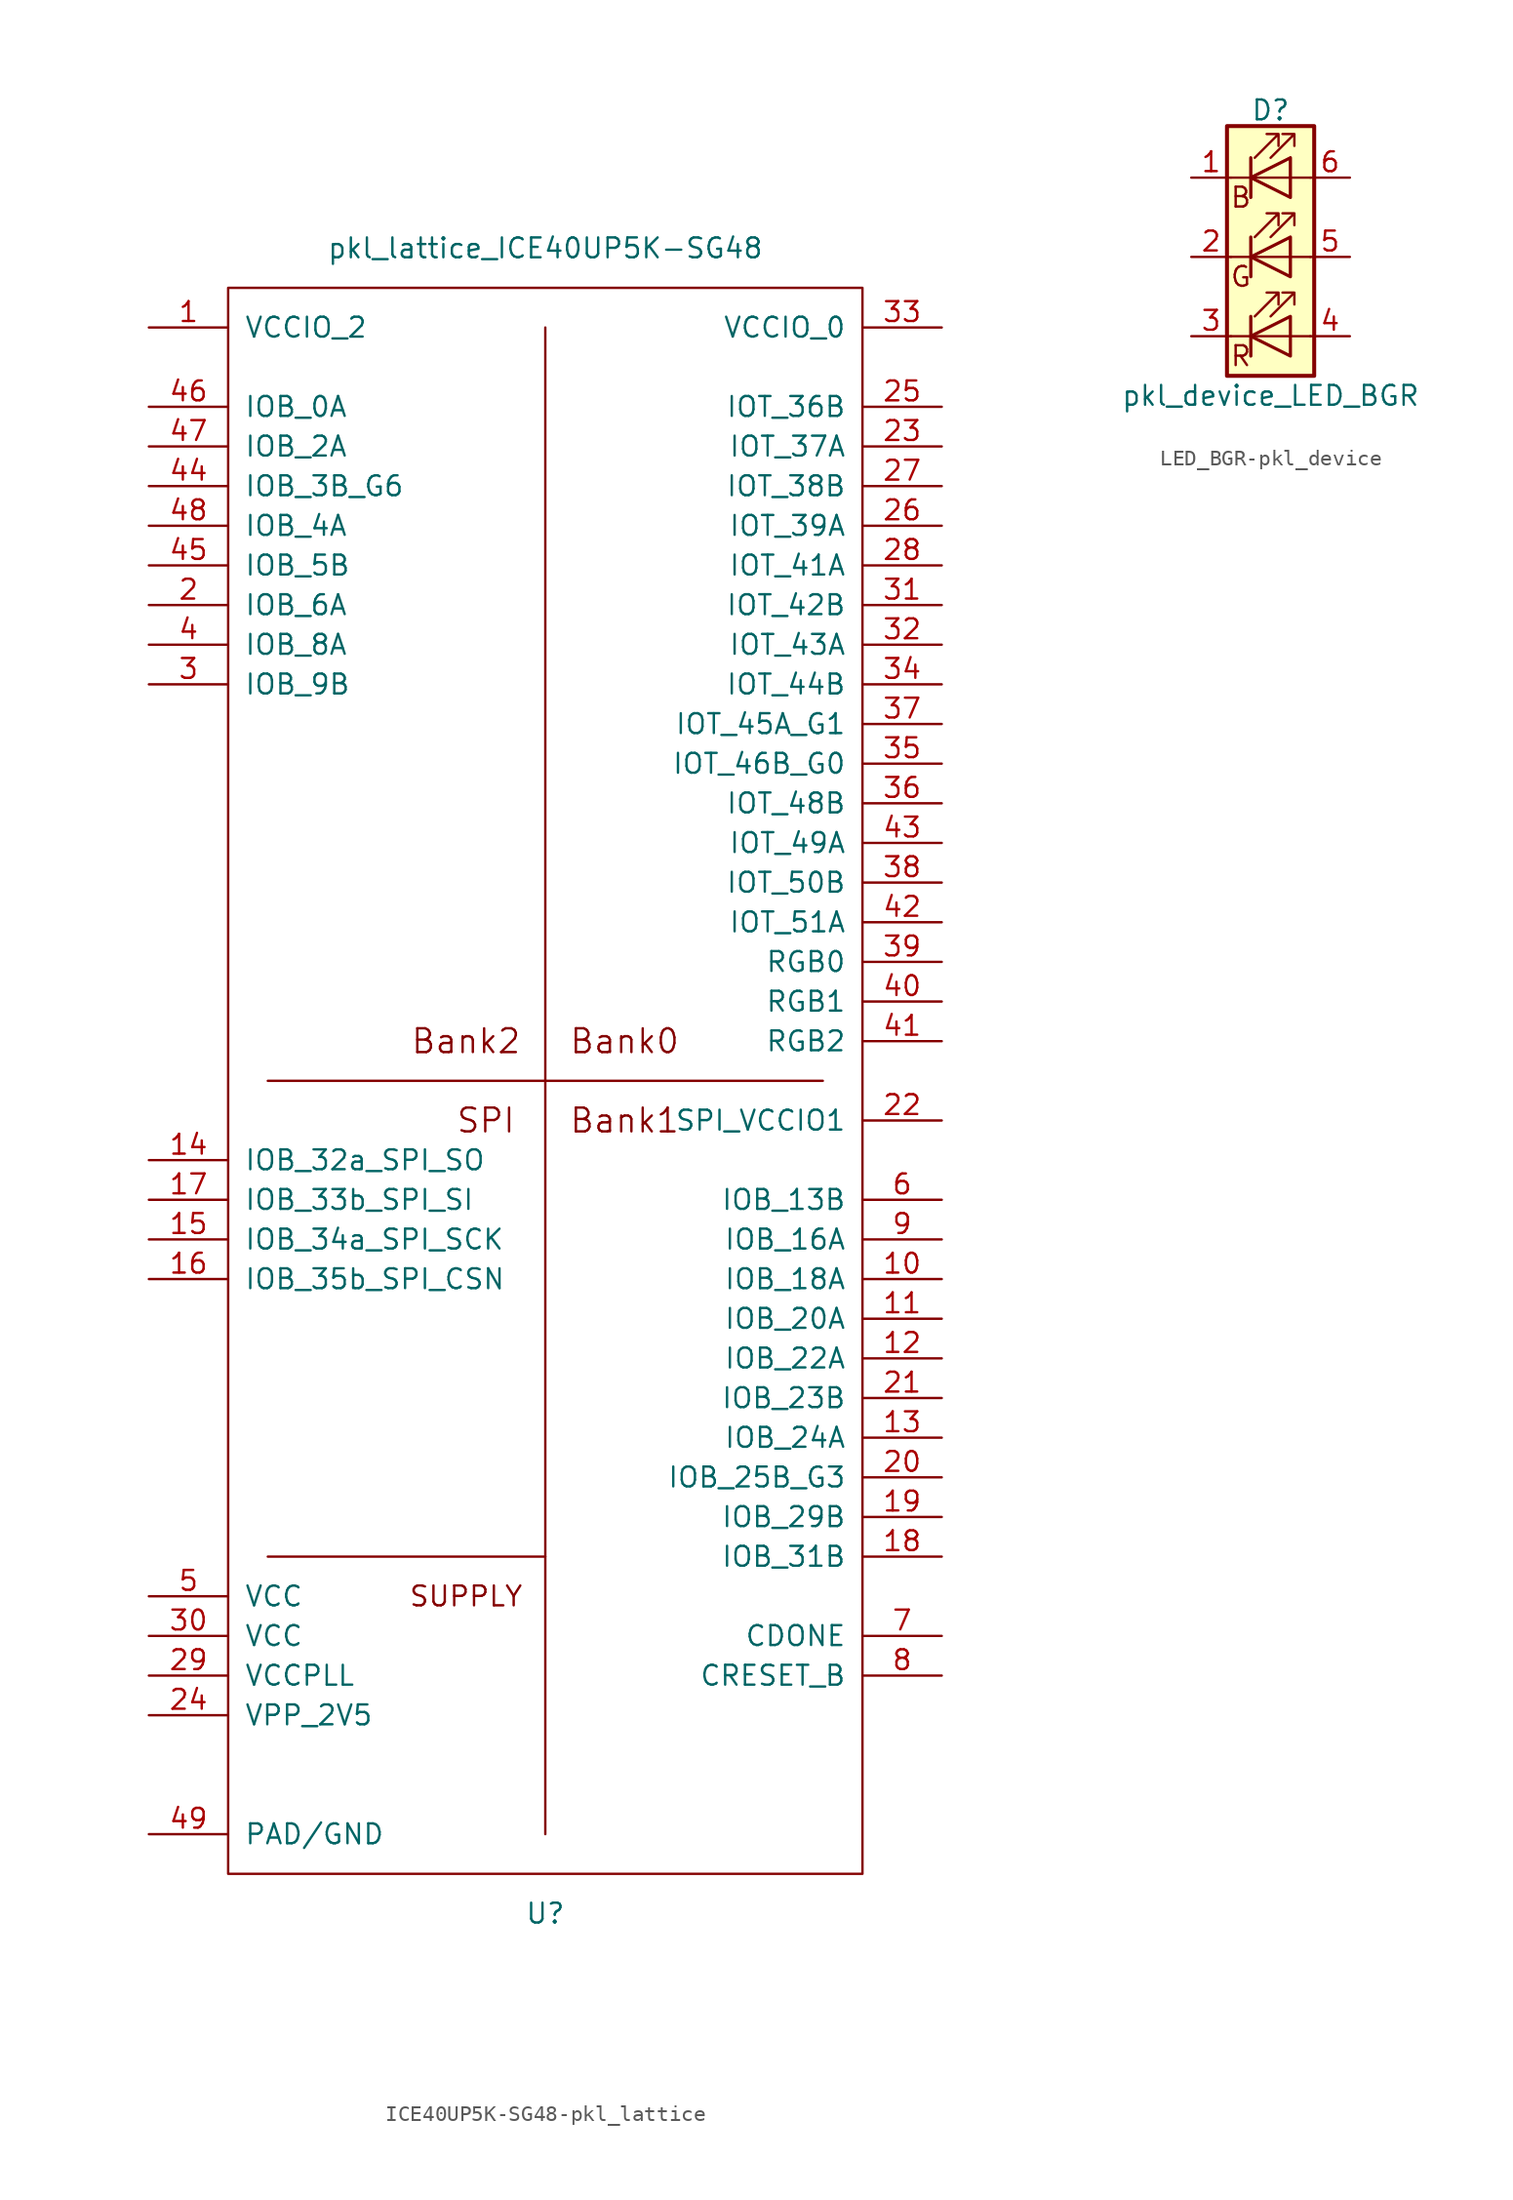
<source format=kicad_sym>
(kicad_symbol_lib
  (version 20231120)
  (generator "kicad_symbol_editor")
  (generator_version "8.0")
  (symbol "ICE40UP5K-SG48-pkl_lattice"
    (pin_names
      (offset 1.016))
    (property "Reference" "U"
      (at 0 -53.34 0)
      (effects (font (size 1.27 1.27))))
    (property "Value" "pkl_lattice_ICE40UP5K-SG48"
      (at 0 53.34 0)
      (effects (font (size 1.27 1.27))))
    (symbol "ICE40UP5K-SG48-pkl_lattice_0_0"
      (text "SUPPLY" (at -5.08 -33.02 0) (effects (font (size 1.27 1.27)))))
    (symbol "ICE40UP5K-SG48-pkl_lattice_1_0"
      (text "Bank0" (at 5.08 2.54 0) (effects (font (size 1.524 1.524))))
      (text "Bank1" (at 5.08 -2.54 0) (effects (font (size 1.524 1.524))))
      (text "Bank2" (at -5.08 2.54 0) (effects (font (size 1.524 1.524))))
      (text "SPI" (at -3.81 -2.54 0) (effects (font (size 1.524 1.524)))))
    (symbol "ICE40UP5K-SG48-pkl_lattice_1_1"
      (rectangle (start -20.32 50.8) (end 20.32 -50.8) (stroke (width 0) (type solid)) (fill (type none)))
      (polyline (pts (xy -17.78 -30.48) (xy 0 -30.48)) (stroke (width 0) (type solid)) (fill (type none)))
      (polyline (pts (xy -17.78 0) (xy 17.78 0)) (stroke (width 0) (type solid)) (fill (type none)))
      (polyline (pts (xy 0 48.26) (xy 0 -48.26)) (stroke (width 0) (type solid)) (fill (type none)))
      (pin passive line (at -25.4 48.26 0) (length 5.08) (name "VCCIO_2" (effects (font (size 1.27 1.27)))) (number "1" (effects (font (size 1.27 1.27)))))
      (pin passive line (at 25.4 -12.7 180) (length 5.08) (name "IOB_18A" (effects (font (size 1.27 1.27)))) (number "10" (effects (font (size 1.27 1.27)))))
      (pin passive line (at 25.4 -15.24 180) (length 5.08) (name "IOB_20A" (effects (font (size 1.27 1.27)))) (number "11" (effects (font (size 1.27 1.27)))))
      (pin passive line (at 25.4 -17.78 180) (length 5.08) (name "IOB_22A" (effects (font (size 1.27 1.27)))) (number "12" (effects (font (size 1.27 1.27)))))
      (pin passive line (at 25.4 -22.86 180) (length 5.08) (name "IOB_24A" (effects (font (size 1.27 1.27)))) (number "13" (effects (font (size 1.27 1.27)))))
      (pin passive line (at -25.4 -5.08 0) (length 5.08) (name "IOB_32a_SPI_SO" (effects (font (size 1.27 1.27)))) (number "14" (effects (font (size 1.27 1.27)))))
      (pin passive line (at -25.4 -10.16 0) (length 5.08) (name "IOB_34a_SPI_SCK" (effects (font (size 1.27 1.27)))) (number "15" (effects (font (size 1.27 1.27)))))
      (pin passive line (at -25.4 -12.7 0) (length 5.08) (name "IOB_35b_SPI_CSN" (effects (font (size 1.27 1.27)))) (number "16" (effects (font (size 1.27 1.27)))))
      (pin passive line (at -25.4 -7.62 0) (length 5.08) (name "IOB_33b_SPI_SI" (effects (font (size 1.27 1.27)))) (number "17" (effects (font (size 1.27 1.27)))))
      (pin passive line (at 25.4 -30.48 180) (length 5.08) (name "IOB_31B" (effects (font (size 1.27 1.27)))) (number "18" (effects (font (size 1.27 1.27)))))
      (pin passive line (at 25.4 -27.94 180) (length 5.08) (name "IOB_29B" (effects (font (size 1.27 1.27)))) (number "19" (effects (font (size 1.27 1.27)))))
      (pin passive line (at -25.4 30.48 0) (length 5.08) (name "IOB_6A" (effects (font (size 1.27 1.27)))) (number "2" (effects (font (size 1.27 1.27)))))
      (pin passive line (at 25.4 -25.4 180) (length 5.08) (name "IOB_25B_G3" (effects (font (size 1.27 1.27)))) (number "20" (effects (font (size 1.27 1.27)))))
      (pin passive line (at 25.4 -20.32 180) (length 5.08) (name "IOB_23B" (effects (font (size 1.27 1.27)))) (number "21" (effects (font (size 1.27 1.27)))))
      (pin passive line (at 25.4 -2.54 180) (length 5.08) (name "SPI_VCCIO1" (effects (font (size 1.27 1.27)))) (number "22" (effects (font (size 1.27 1.27)))))
      (pin passive line (at 25.4 40.64 180) (length 5.08) (name "IOT_37A" (effects (font (size 1.27 1.27)))) (number "23" (effects (font (size 1.27 1.27)))))
      (pin passive line (at -25.4 -40.64 0) (length 5.08) (name "VPP_2V5" (effects (font (size 1.27 1.27)))) (number "24" (effects (font (size 1.27 1.27)))))
      (pin passive line (at 25.4 43.18 180) (length 5.08) (name "IOT_36B" (effects (font (size 1.27 1.27)))) (number "25" (effects (font (size 1.27 1.27)))))
      (pin passive line (at 25.4 35.56 180) (length 5.08) (name "IOT_39A" (effects (font (size 1.27 1.27)))) (number "26" (effects (font (size 1.27 1.27)))))
      (pin passive line (at 25.4 38.1 180) (length 5.08) (name "IOT_38B" (effects (font (size 1.27 1.27)))) (number "27" (effects (font (size 1.27 1.27)))))
      (pin passive line (at 25.4 33.02 180) (length 5.08) (name "IOT_41A" (effects (font (size 1.27 1.27)))) (number "28" (effects (font (size 1.27 1.27)))))
      (pin passive line (at -25.4 -38.1 0) (length 5.08) (name "VCCPLL" (effects (font (size 1.27 1.27)))) (number "29" (effects (font (size 1.27 1.27)))))
      (pin passive line (at -25.4 25.4 0) (length 5.08) (name "IOB_9B" (effects (font (size 1.27 1.27)))) (number "3" (effects (font (size 1.27 1.27)))))
      (pin passive line (at -25.4 -35.56 0) (length 5.08) (name "VCC" (effects (font (size 1.27 1.27)))) (number "30" (effects (font (size 1.27 1.27)))))
      (pin passive line (at 25.4 30.48 180) (length 5.08) (name "IOT_42B" (effects (font (size 1.27 1.27)))) (number "31" (effects (font (size 1.27 1.27)))))
      (pin passive line (at 25.4 27.94 180) (length 5.08) (name "IOT_43A" (effects (font (size 1.27 1.27)))) (number "32" (effects (font (size 1.27 1.27)))))
      (pin passive line (at 25.4 48.26 180) (length 5.08) (name "VCCIO_0" (effects (font (size 1.27 1.27)))) (number "33" (effects (font (size 1.27 1.27)))))
      (pin passive line (at 25.4 25.4 180) (length 5.08) (name "IOT_44B" (effects (font (size 1.27 1.27)))) (number "34" (effects (font (size 1.27 1.27)))))
      (pin passive line (at 25.4 20.32 180) (length 5.08) (name "IOT_46B_G0" (effects (font (size 1.27 1.27)))) (number "35" (effects (font (size 1.27 1.27)))))
      (pin passive line (at 25.4 17.78 180) (length 5.08) (name "IOT_48B" (effects (font (size 1.27 1.27)))) (number "36" (effects (font (size 1.27 1.27)))))
      (pin passive line (at 25.4 22.86 180) (length 5.08) (name "IOT_45A_G1" (effects (font (size 1.27 1.27)))) (number "37" (effects (font (size 1.27 1.27)))))
      (pin passive line (at 25.4 12.7 180) (length 5.08) (name "IOT_50B" (effects (font (size 1.27 1.27)))) (number "38" (effects (font (size 1.27 1.27)))))
      (pin passive line (at 25.4 7.62 180) (length 5.08) (name "RGB0" (effects (font (size 1.27 1.27)))) (number "39" (effects (font (size 1.27 1.27)))))
      (pin passive line (at -25.4 27.94 0) (length 5.08) (name "IOB_8A" (effects (font (size 1.27 1.27)))) (number "4" (effects (font (size 1.27 1.27)))))
      (pin passive line (at 25.4 5.08 180) (length 5.08) (name "RGB1" (effects (font (size 1.27 1.27)))) (number "40" (effects (font (size 1.27 1.27)))))
      (pin passive line (at 25.4 2.54 180) (length 5.08) (name "RGB2" (effects (font (size 1.27 1.27)))) (number "41" (effects (font (size 1.27 1.27)))))
      (pin passive line (at 25.4 10.16 180) (length 5.08) (name "IOT_51A" (effects (font (size 1.27 1.27)))) (number "42" (effects (font (size 1.27 1.27)))))
      (pin passive line (at 25.4 15.24 180) (length 5.08) (name "IOT_49A" (effects (font (size 1.27 1.27)))) (number "43" (effects (font (size 1.27 1.27)))))
      (pin passive line (at -25.4 38.1 0) (length 5.08) (name "IOB_3B_G6" (effects (font (size 1.27 1.27)))) (number "44" (effects (font (size 1.27 1.27)))))
      (pin passive line (at -25.4 33.02 0) (length 5.08) (name "IOB_5B" (effects (font (size 1.27 1.27)))) (number "45" (effects (font (size 1.27 1.27)))))
      (pin passive line (at -25.4 43.18 0) (length 5.08) (name "IOB_0A" (effects (font (size 1.27 1.27)))) (number "46" (effects (font (size 1.27 1.27)))))
      (pin passive line (at -25.4 40.64 0) (length 5.08) (name "IOB_2A" (effects (font (size 1.27 1.27)))) (number "47" (effects (font (size 1.27 1.27)))))
      (pin passive line (at -25.4 35.56 0) (length 5.08) (name "IOB_4A" (effects (font (size 1.27 1.27)))) (number "48" (effects (font (size 1.27 1.27)))))
      (pin passive line (at -25.4 -48.26 0) (length 5.08) (name "PAD/GND" (effects (font (size 1.27 1.27)))) (number "49" (effects (font (size 1.27 1.27)))))
      (pin passive line (at -25.4 -33.02 0) (length 5.08) (name "VCC" (effects (font (size 1.27 1.27)))) (number "5" (effects (font (size 1.27 1.27)))))
      (pin passive line (at 25.4 -7.62 180) (length 5.08) (name "IOB_13B" (effects (font (size 1.27 1.27)))) (number "6" (effects (font (size 1.27 1.27)))))
      (pin passive line (at 25.4 -35.56 180) (length 5.08) (name "CDONE" (effects (font (size 1.27 1.27)))) (number "7" (effects (font (size 1.27 1.27)))))
      (pin passive line (at 25.4 -38.1 180) (length 5.08) (name "CRESET_B" (effects (font (size 1.27 1.27)))) (number "8" (effects (font (size 1.27 1.27)))))
      (pin passive line (at 25.4 -10.16 180) (length 5.08) (name "IOB_16A" (effects (font (size 1.27 1.27)))) (number "9" (effects (font (size 1.27 1.27)))))))
  (symbol "LED_BGR-pkl_device"
    (pin_names
      (offset 0) hide)
    (property "Reference" "D"
      (at 0 9.398 0)
      (effects (font (size 1.27 1.27))))
    (property "Value" "pkl_device_LED_BGR"
      (at 0 -8.89 0)
      (effects (font (size 1.27 1.27))))
    (symbol "LED_BGR-pkl_device_0_0"
      (text "B" (at -1.905 3.81 0) (effects (font (size 1.27 1.27))))
      (text "G" (at -1.905 -1.27 0) (effects (font (size 1.27 1.27))))
      (text "R" (at -1.905 -6.35 0) (effects (font (size 1.27 1.27)))))
    (symbol "LED_BGR-pkl_device_0_1"
      (polyline (pts (xy -1.27 -5.08) (xy -2.54 -5.08)) (stroke (width 0) (type solid)) (fill (type none)))
      (polyline (pts (xy -1.27 -5.08) (xy 1.27 -5.08)) (stroke (width 0) (type solid)) (fill (type none)))
      (polyline (pts (xy -1.27 -3.81) (xy -1.27 -6.35)) (stroke (width 0) (type solid)) (fill (type none)))
      (polyline (pts (xy -1.27 -3.81) (xy -1.27 -6.35)) (stroke (width 0.203) (type solid)) (fill (type none)))
      (polyline (pts (xy -1.27 0) (xy -2.54 0)) (stroke (width 0) (type solid)) (fill (type none)))
      (polyline (pts (xy -1.27 1.27) (xy -1.27 -1.27)) (stroke (width 0.203) (type solid)) (fill (type none)))
      (polyline (pts (xy -1.27 5.08) (xy -2.54 5.08)) (stroke (width 0) (type solid)) (fill (type none)))
      (polyline (pts (xy -1.27 5.08) (xy 1.27 5.08)) (stroke (width 0) (type solid)) (fill (type none)))
      (polyline (pts (xy -1.27 6.35) (xy -1.27 3.81)) (stroke (width 0.203) (type solid)) (fill (type none)))
      (polyline (pts (xy 1.27 -5.08) (xy 2.54 -5.08)) (stroke (width 0) (type solid)) (fill (type none)))
      (polyline (pts (xy 1.27 0) (xy -1.27 0)) (stroke (width 0) (type solid)) (fill (type none)))
      (polyline (pts (xy 1.27 0) (xy 2.54 0)) (stroke (width 0) (type solid)) (fill (type none)))
      (polyline (pts (xy 1.27 5.08) (xy 2.54 5.08)) (stroke (width 0) (type solid)) (fill (type none)))
      (polyline (pts (xy -1.27 1.27) (xy -1.27 -1.27) (xy -1.27 -1.27)) (stroke (width 0) (type solid)) (fill (type none)))
      (polyline (pts (xy -1.27 6.35) (xy -1.27 3.81) (xy -1.27 3.81)) (stroke (width 0) (type solid)) (fill (type none)))
      (polyline (pts (xy 1.27 -3.81) (xy 1.27 -6.35) (xy -1.27 -5.08) (xy 1.27 -3.81)) (stroke (width 0.203) (type solid)) (fill (type none)))
      (polyline (pts (xy 1.27 1.27) (xy 1.27 -1.27) (xy -1.27 0) (xy 1.27 1.27)) (stroke (width 0.203) (type solid)) (fill (type none)))
      (polyline (pts (xy 1.27 6.35) (xy 1.27 3.81) (xy -1.27 5.08) (xy 1.27 6.35)) (stroke (width 0.203) (type solid)) (fill (type none)))
      (polyline (pts (xy -1.016 -3.81) (xy 0.508 -2.286) (xy -0.254 -2.286) (xy 0.508 -2.286) (xy 0.508 -3.048)) (stroke (width 0) (type solid)) (fill (type none)))
      (polyline (pts (xy -1.016 1.27) (xy 0.508 2.794) (xy -0.254 2.794) (xy 0.508 2.794) (xy 0.508 2.032)) (stroke (width 0) (type solid)) (fill (type none)))
      (polyline (pts (xy -1.016 6.35) (xy 0.508 7.874) (xy -0.254 7.874) (xy 0.508 7.874) (xy 0.508 7.112)) (stroke (width 0) (type solid)) (fill (type none)))
      (polyline (pts (xy 0 -3.81) (xy 1.524 -2.286) (xy 0.762 -2.286) (xy 1.524 -2.286) (xy 1.524 -3.048)) (stroke (width 0) (type solid)) (fill (type none)))
      (polyline (pts (xy 0 1.27) (xy 1.524 2.794) (xy 0.762 2.794) (xy 1.524 2.794) (xy 1.524 2.032)) (stroke (width 0) (type solid)) (fill (type none)))
      (polyline (pts (xy 0 6.35) (xy 1.524 7.874) (xy 0.762 7.874) (xy 1.524 7.874) (xy 1.524 7.112)) (stroke (width 0) (type solid)) (fill (type none)))
      (rectangle (start 1.27 -1.27) (end 1.27 1.27) (stroke (width 0) (type solid)) (fill (type none)))
      (rectangle (start 1.27 1.27) (end 1.27 1.27) (stroke (width 0) (type solid)) (fill (type none)))
      (rectangle (start 1.27 3.81) (end 1.27 6.35) (stroke (width 0) (type solid)) (fill (type none)))
      (rectangle (start 1.27 6.35) (end 1.27 6.35) (stroke (width 0) (type solid)) (fill (type none)))
      (rectangle (start 2.794 8.382) (end -2.794 -7.62) (stroke (width 0.254) (type solid)) (fill (type background))))
    (symbol "LED_BGR-pkl_device_1_1"
      (pin passive line (at -5.08 5.08 0) (length 2.54) (name "RK" (effects (font (size 1.27 1.27)))) (number "1" (effects (font (size 1.27 1.27)))))
      (pin passive line (at -5.08 0 0) (length 2.54) (name "GK" (effects (font (size 1.27 1.27)))) (number "2" (effects (font (size 1.27 1.27)))))
      (pin passive line (at -5.08 -5.08 0) (length 2.54) (name "BK" (effects (font (size 1.27 1.27)))) (number "3" (effects (font (size 1.27 1.27)))))
      (pin passive line (at 5.08 -5.08 180) (length 2.54) (name "BA" (effects (font (size 1.27 1.27)))) (number "4" (effects (font (size 1.27 1.27)))))
      (pin passive line (at 5.08 0 180) (length 2.54) (name "GA" (effects (font (size 1.27 1.27)))) (number "5" (effects (font (size 1.27 1.27)))))
      (pin passive line (at 5.08 5.08 180) (length 2.54) (name "RA" (effects (font (size 1.27 1.27)))) (number "6" (effects (font (size 1.27 1.27))))))))
</source>
